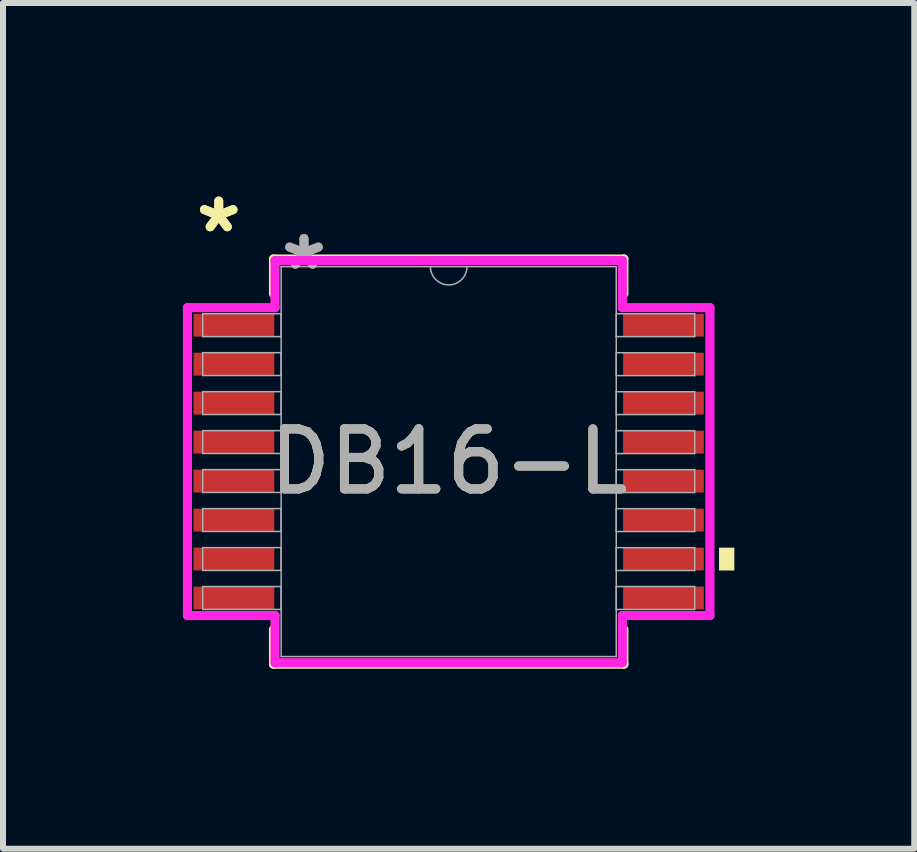
<source format=kicad_pcb>
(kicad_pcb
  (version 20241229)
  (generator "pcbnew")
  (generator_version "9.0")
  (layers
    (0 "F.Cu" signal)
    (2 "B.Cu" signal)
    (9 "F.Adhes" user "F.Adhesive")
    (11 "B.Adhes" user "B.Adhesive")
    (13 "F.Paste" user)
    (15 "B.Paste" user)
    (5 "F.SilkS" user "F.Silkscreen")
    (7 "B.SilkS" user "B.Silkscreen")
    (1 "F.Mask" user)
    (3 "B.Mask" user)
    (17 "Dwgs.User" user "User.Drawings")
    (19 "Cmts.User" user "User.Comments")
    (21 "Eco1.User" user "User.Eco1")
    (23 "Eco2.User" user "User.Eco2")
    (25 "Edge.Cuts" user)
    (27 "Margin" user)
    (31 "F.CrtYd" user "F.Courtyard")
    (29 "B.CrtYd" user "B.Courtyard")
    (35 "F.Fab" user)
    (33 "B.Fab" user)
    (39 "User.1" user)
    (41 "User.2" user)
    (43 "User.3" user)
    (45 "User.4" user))
  (footprint "DB16-L"
    (layer "F.Cu")
    (at 4.432 4.647)
    (property "Reference" "DB16-L" (at 0 0 0) (unlocked yes) (layer "F.SilkS") (effects (font (size 1 1) (thickness 0.15))))
    (attr smd)
    (fp_line (start -2.921 -3.378) (end -2.921 -2.798) (stroke (width 0.152) (type solid)) (layer "F.SilkS"))
    (fp_line (start -2.921 2.798) (end -2.921 3.378) (stroke (width 0.152) (type solid)) (layer "F.SilkS"))
    (fp_line (start -2.921 3.378) (end 2.921 3.378) (stroke (width 0.152) (type solid)) (layer "F.SilkS"))
    (fp_line (start 2.921 -3.378) (end -2.921 -3.378) (stroke (width 0.152) (type solid)) (layer "F.SilkS"))
    (fp_line (start 2.921 -2.798) (end 2.921 -3.378) (stroke (width 0.152) (type solid)) (layer "F.SilkS"))
    (fp_line (start 2.921 3.378) (end 2.921 2.798) (stroke (width 0.152) (type solid)) (layer "F.SilkS"))
    (fp_poly (pts (xy 4.763 1.435) (xy 4.763 1.816) (xy 4.508 1.816) (xy 4.508 1.435)) (stroke (width 0) (type solid)) (fill yes) (layer "F.SilkS"))
    (fp_line (start -4.356 -2.567) (end -2.896 -2.567) (stroke (width 0.152) (type solid)) (layer "F.CrtYd"))
    (fp_line (start -4.356 2.567) (end -4.356 -2.567) (stroke (width 0.152) (type solid)) (layer "F.CrtYd"))
    (fp_line (start -4.356 2.567) (end -2.896 2.567) (stroke (width 0.152) (type solid)) (layer "F.CrtYd"))
    (fp_line (start -2.896 -3.353) (end 2.896 -3.353) (stroke (width 0.152) (type solid)) (layer "F.CrtYd"))
    (fp_line (start -2.896 -2.567) (end -2.896 -3.353) (stroke (width 0.152) (type solid)) (layer "F.CrtYd"))
    (fp_line (start -2.896 3.353) (end -2.896 2.567) (stroke (width 0.152) (type solid)) (layer "F.CrtYd"))
    (fp_line (start 2.896 -3.353) (end 2.896 -2.567) (stroke (width 0.152) (type solid)) (layer "F.CrtYd"))
    (fp_line (start 2.896 2.567) (end 2.896 3.353) (stroke (width 0.152) (type solid)) (layer "F.CrtYd"))
    (fp_line (start 2.896 3.353) (end -2.896 3.353) (stroke (width 0.152) (type solid)) (layer "F.CrtYd"))
    (fp_line (start 4.356 -2.567) (end 2.896 -2.567) (stroke (width 0.152) (type solid)) (layer "F.CrtYd"))
    (fp_line (start 4.356 -2.567) (end 4.356 2.567) (stroke (width 0.152) (type solid)) (layer "F.CrtYd"))
    (fp_line (start 4.356 2.567) (end 2.896 2.567) (stroke (width 0.152) (type solid)) (layer "F.CrtYd"))
    (fp_line (start -4.102 -2.466) (end -4.102 -2.084) (stroke (width 0.025) (type solid)) (layer "F.Fab"))
    (fp_line (start -4.102 -2.084) (end -2.794 -2.084) (stroke (width 0.025) (type solid)) (layer "F.Fab"))
    (fp_line (start -4.102 -1.816) (end -4.102 -1.435) (stroke (width 0.025) (type solid)) (layer "F.Fab"))
    (fp_line (start -4.102 -1.435) (end -2.794 -1.435) (stroke (width 0.025) (type solid)) (layer "F.Fab"))
    (fp_line (start -4.102 -1.166) (end -4.102 -0.785) (stroke (width 0.025) (type solid)) (layer "F.Fab"))
    (fp_line (start -4.102 -0.785) (end -2.794 -0.785) (stroke (width 0.025) (type solid)) (layer "F.Fab"))
    (fp_line (start -4.102 -0.516) (end -4.102 -0.135) (stroke (width 0.025) (type solid)) (layer "F.Fab"))
    (fp_line (start -4.102 -0.135) (end -2.794 -0.135) (stroke (width 0.025) (type solid)) (layer "F.Fab"))
    (fp_line (start -4.102 0.134) (end -4.102 0.515) (stroke (width 0.025) (type solid)) (layer "F.Fab"))
    (fp_line (start -4.102 0.515) (end -2.794 0.515) (stroke (width 0.025) (type solid)) (layer "F.Fab"))
    (fp_line (start -4.102 0.784) (end -4.102 1.165) (stroke (width 0.025) (type solid)) (layer "F.Fab"))
    (fp_line (start -4.102 1.165) (end -2.794 1.165) (stroke (width 0.025) (type solid)) (layer "F.Fab"))
    (fp_line (start -4.102 1.434) (end -4.102 1.815) (stroke (width 0.025) (type solid)) (layer "F.Fab"))
    (fp_line (start -4.102 1.815) (end -2.794 1.815) (stroke (width 0.025) (type solid)) (layer "F.Fab"))
    (fp_line (start -4.102 2.084) (end -4.102 2.465) (stroke (width 0.025) (type solid)) (layer "F.Fab"))
    (fp_line (start -4.102 2.465) (end -2.794 2.465) (stroke (width 0.025) (type solid)) (layer "F.Fab"))
    (fp_line (start -2.794 -3.251) (end -2.794 3.251) (stroke (width 0.025) (type solid)) (layer "F.Fab"))
    (fp_line (start -2.794 -2.466) (end -4.102 -2.466) (stroke (width 0.025) (type solid)) (layer "F.Fab"))
    (fp_line (start -2.794 -2.084) (end -2.794 -2.466) (stroke (width 0.025) (type solid)) (layer "F.Fab"))
    (fp_line (start -2.794 -1.816) (end -4.102 -1.816) (stroke (width 0.025) (type solid)) (layer "F.Fab"))
    (fp_line (start -2.794 -1.435) (end -2.794 -1.816) (stroke (width 0.025) (type solid)) (layer "F.Fab"))
    (fp_line (start -2.794 -1.166) (end -4.102 -1.166) (stroke (width 0.025) (type solid)) (layer "F.Fab"))
    (fp_line (start -2.794 -0.785) (end -2.794 -1.166) (stroke (width 0.025) (type solid)) (layer "F.Fab"))
    (fp_line (start -2.794 -0.516) (end -4.102 -0.516) (stroke (width 0.025) (type solid)) (layer "F.Fab"))
    (fp_line (start -2.794 -0.135) (end -2.794 -0.516) (stroke (width 0.025) (type solid)) (layer "F.Fab"))
    (fp_line (start -2.794 0.134) (end -4.102 0.134) (stroke (width 0.025) (type solid)) (layer "F.Fab"))
    (fp_line (start -2.794 0.515) (end -2.794 0.134) (stroke (width 0.025) (type solid)) (layer "F.Fab"))
    (fp_line (start -2.794 0.784) (end -4.102 0.784) (stroke (width 0.025) (type solid)) (layer "F.Fab"))
    (fp_line (start -2.794 1.165) (end -2.794 0.784) (stroke (width 0.025) (type solid)) (layer "F.Fab"))
    (fp_line (start -2.794 1.434) (end -4.102 1.434) (stroke (width 0.025) (type solid)) (layer "F.Fab"))
    (fp_line (start -2.794 1.815) (end -2.794 1.434) (stroke (width 0.025) (type solid)) (layer "F.Fab"))
    (fp_line (start -2.794 2.084) (end -4.102 2.084) (stroke (width 0.025) (type solid)) (layer "F.Fab"))
    (fp_line (start -2.794 2.465) (end -2.794 2.084) (stroke (width 0.025) (type solid)) (layer "F.Fab"))
    (fp_line (start -2.794 3.251) (end 2.794 3.251) (stroke (width 0.025) (type solid)) (layer "F.Fab"))
    (fp_line (start 2.794 -3.251) (end -2.794 -3.251) (stroke (width 0.025) (type solid)) (layer "F.Fab"))
    (fp_line (start 2.794 -2.465) (end 2.794 -2.084) (stroke (width 0.025) (type solid)) (layer "F.Fab"))
    (fp_line (start 2.794 -2.084) (end 4.102 -2.084) (stroke (width 0.025) (type solid)) (layer "F.Fab"))
    (fp_line (start 2.794 -1.815) (end 2.794 -1.434) (stroke (width 0.025) (type solid)) (layer "F.Fab"))
    (fp_line (start 2.794 -1.434) (end 4.102 -1.434) (stroke (width 0.025) (type solid)) (layer "F.Fab"))
    (fp_line (start 2.794 -1.165) (end 2.794 -0.784) (stroke (width 0.025) (type solid)) (layer "F.Fab"))
    (fp_line (start 2.794 -0.784) (end 4.102 -0.784) (stroke (width 0.025) (type solid)) (layer "F.Fab"))
    (fp_line (start 2.794 -0.515) (end 2.794 -0.134) (stroke (width 0.025) (type solid)) (layer "F.Fab"))
    (fp_line (start 2.794 -0.134) (end 4.102 -0.134) (stroke (width 0.025) (type solid)) (layer "F.Fab"))
    (fp_line (start 2.794 0.135) (end 2.794 0.516) (stroke (width 0.025) (type solid)) (layer "F.Fab"))
    (fp_line (start 2.794 0.516) (end 4.102 0.516) (stroke (width 0.025) (type solid)) (layer "F.Fab"))
    (fp_line (start 2.794 0.785) (end 2.794 1.166) (stroke (width 0.025) (type solid)) (layer "F.Fab"))
    (fp_line (start 2.794 1.166) (end 4.102 1.166) (stroke (width 0.025) (type solid)) (layer "F.Fab"))
    (fp_line (start 2.794 1.435) (end 2.794 1.816) (stroke (width 0.025) (type solid)) (layer "F.Fab"))
    (fp_line (start 2.794 1.816) (end 4.102 1.816) (stroke (width 0.025) (type solid)) (layer "F.Fab"))
    (fp_line (start 2.794 2.084) (end 2.794 2.466) (stroke (width 0.025) (type solid)) (layer "F.Fab"))
    (fp_line (start 2.794 2.466) (end 4.102 2.466) (stroke (width 0.025) (type solid)) (layer "F.Fab"))
    (fp_line (start 2.794 3.251) (end 2.794 -3.251) (stroke (width 0.025) (type solid)) (layer "F.Fab"))
    (fp_line (start 4.102 -2.465) (end 2.794 -2.465) (stroke (width 0.025) (type solid)) (layer "F.Fab"))
    (fp_line (start 4.102 -2.084) (end 4.102 -2.465) (stroke (width 0.025) (type solid)) (layer "F.Fab"))
    (fp_line (start 4.102 -1.815) (end 2.794 -1.815) (stroke (width 0.025) (type solid)) (layer "F.Fab"))
    (fp_line (start 4.102 -1.434) (end 4.102 -1.815) (stroke (width 0.025) (type solid)) (layer "F.Fab"))
    (fp_line (start 4.102 -1.165) (end 2.794 -1.165) (stroke (width 0.025) (type solid)) (layer "F.Fab"))
    (fp_line (start 4.102 -0.784) (end 4.102 -1.165) (stroke (width 0.025) (type solid)) (layer "F.Fab"))
    (fp_line (start 4.102 -0.515) (end 2.794 -0.515) (stroke (width 0.025) (type solid)) (layer "F.Fab"))
    (fp_line (start 4.102 -0.134) (end 4.102 -0.515) (stroke (width 0.025) (type solid)) (layer "F.Fab"))
    (fp_line (start 4.102 0.135) (end 2.794 0.135) (stroke (width 0.025) (type solid)) (layer "F.Fab"))
    (fp_line (start 4.102 0.516) (end 4.102 0.135) (stroke (width 0.025) (type solid)) (layer "F.Fab"))
    (fp_line (start 4.102 0.785) (end 2.794 0.785) (stroke (width 0.025) (type solid)) (layer "F.Fab"))
    (fp_line (start 4.102 1.166) (end 4.102 0.785) (stroke (width 0.025) (type solid)) (layer "F.Fab"))
    (fp_line (start 4.102 1.435) (end 2.794 1.435) (stroke (width 0.025) (type solid)) (layer "F.Fab"))
    (fp_line (start 4.102 1.816) (end 4.102 1.435) (stroke (width 0.025) (type solid)) (layer "F.Fab"))
    (fp_line (start 4.102 2.084) (end 2.794 2.084) (stroke (width 0.025) (type solid)) (layer "F.Fab"))
    (fp_line (start 4.102 2.466) (end 4.102 2.084) (stroke (width 0.025) (type solid)) (layer "F.Fab"))
    (fp_arc (start 0.3048 -3.2512) (mid 0 -2.9464) (end -0.3048 -3.2512) (stroke (width 0.0254) (type solid)) (layer "F.Fab"))
    (fp_text user "*" (at -3.835 -3.799 0) (layer "F.SilkS") (effects (font (size 1 1) (thickness 0.15))))
    (fp_text user "*" (at -3.835 -3.799 0) (unlocked yes) (layer "F.SilkS") (effects (font (size 1 1) (thickness 0.15))))
    (fp_text user "*" (at -2.413 -3.175 0) (unlocked yes) (layer "F.Fab") (effects (font (size 1 1) (thickness 0.15))))
    (fp_text user "*" (at -2.413 -3.175 0) (layer "F.Fab") (effects (font (size 1 1) (thickness 0.15))))
    (fp_text user "${REFERENCE}" (at 0 0 0) (unlocked yes) (layer "F.Fab") (effects (font (size 1 1) (thickness 0.15))))
    (pad "1" smd rect (at -3.581 -2.275) (size 1.346 0.381) (layers "F.Cu" "F.Mask" "F.Paste"))
    (pad "2" smd rect (at -3.581 -1.625) (size 1.346 0.381) (layers "F.Cu" "F.Mask" "F.Paste"))
    (pad "3" smd rect (at -3.581 -0.975) (size 1.346 0.381) (layers "F.Cu" "F.Mask" "F.Paste"))
    (pad "4" smd rect (at -3.581 -0.325) (size 1.346 0.381) (layers "F.Cu" "F.Mask" "F.Paste"))
    (pad "5" smd rect (at -3.581 0.325) (size 1.346 0.381) (layers "F.Cu" "F.Mask" "F.Paste"))
    (pad "6" smd rect (at -3.581 0.975) (size 1.346 0.381) (layers "F.Cu" "F.Mask" "F.Paste"))
    (pad "7" smd rect (at -3.581 1.625) (size 1.346 0.381) (layers "F.Cu" "F.Mask" "F.Paste"))
    (pad "8" smd rect (at -3.581 2.275) (size 1.346 0.381) (layers "F.Cu" "F.Mask" "F.Paste"))
    (pad "9" smd rect (at 3.581 2.275) (size 1.346 0.381) (layers "F.Cu" "F.Mask" "F.Paste"))
    (pad "10" smd rect (at 3.581 1.625) (size 1.346 0.381) (layers "F.Cu" "F.Mask" "F.Paste"))
    (pad "11" smd rect (at 3.581 0.975) (size 1.346 0.381) (layers "F.Cu" "F.Mask" "F.Paste"))
    (pad "12" smd rect (at 3.581 0.325) (size 1.346 0.381) (layers "F.Cu" "F.Mask" "F.Paste"))
    (pad "13" smd rect (at 3.581 -0.325) (size 1.346 0.381) (layers "F.Cu" "F.Mask" "F.Paste"))
    (pad "14" smd rect (at 3.581 -0.975) (size 1.346 0.381) (layers "F.Cu" "F.Mask" "F.Paste"))
    (pad "15" smd rect (at 3.581 -1.625) (size 1.346 0.381) (layers "F.Cu" "F.Mask" "F.Paste"))
    (pad "16" smd rect (at 3.581 -2.275) (size 1.346 0.381) (layers "F.Cu" "F.Mask" "F.Paste")))
  (gr_rect
    (start -3 -3)
    (end 12.195 11.102)
    (stroke (width 0.1) (type default))
    (fill no)
    (layer "Edge.Cuts")))
</source>
